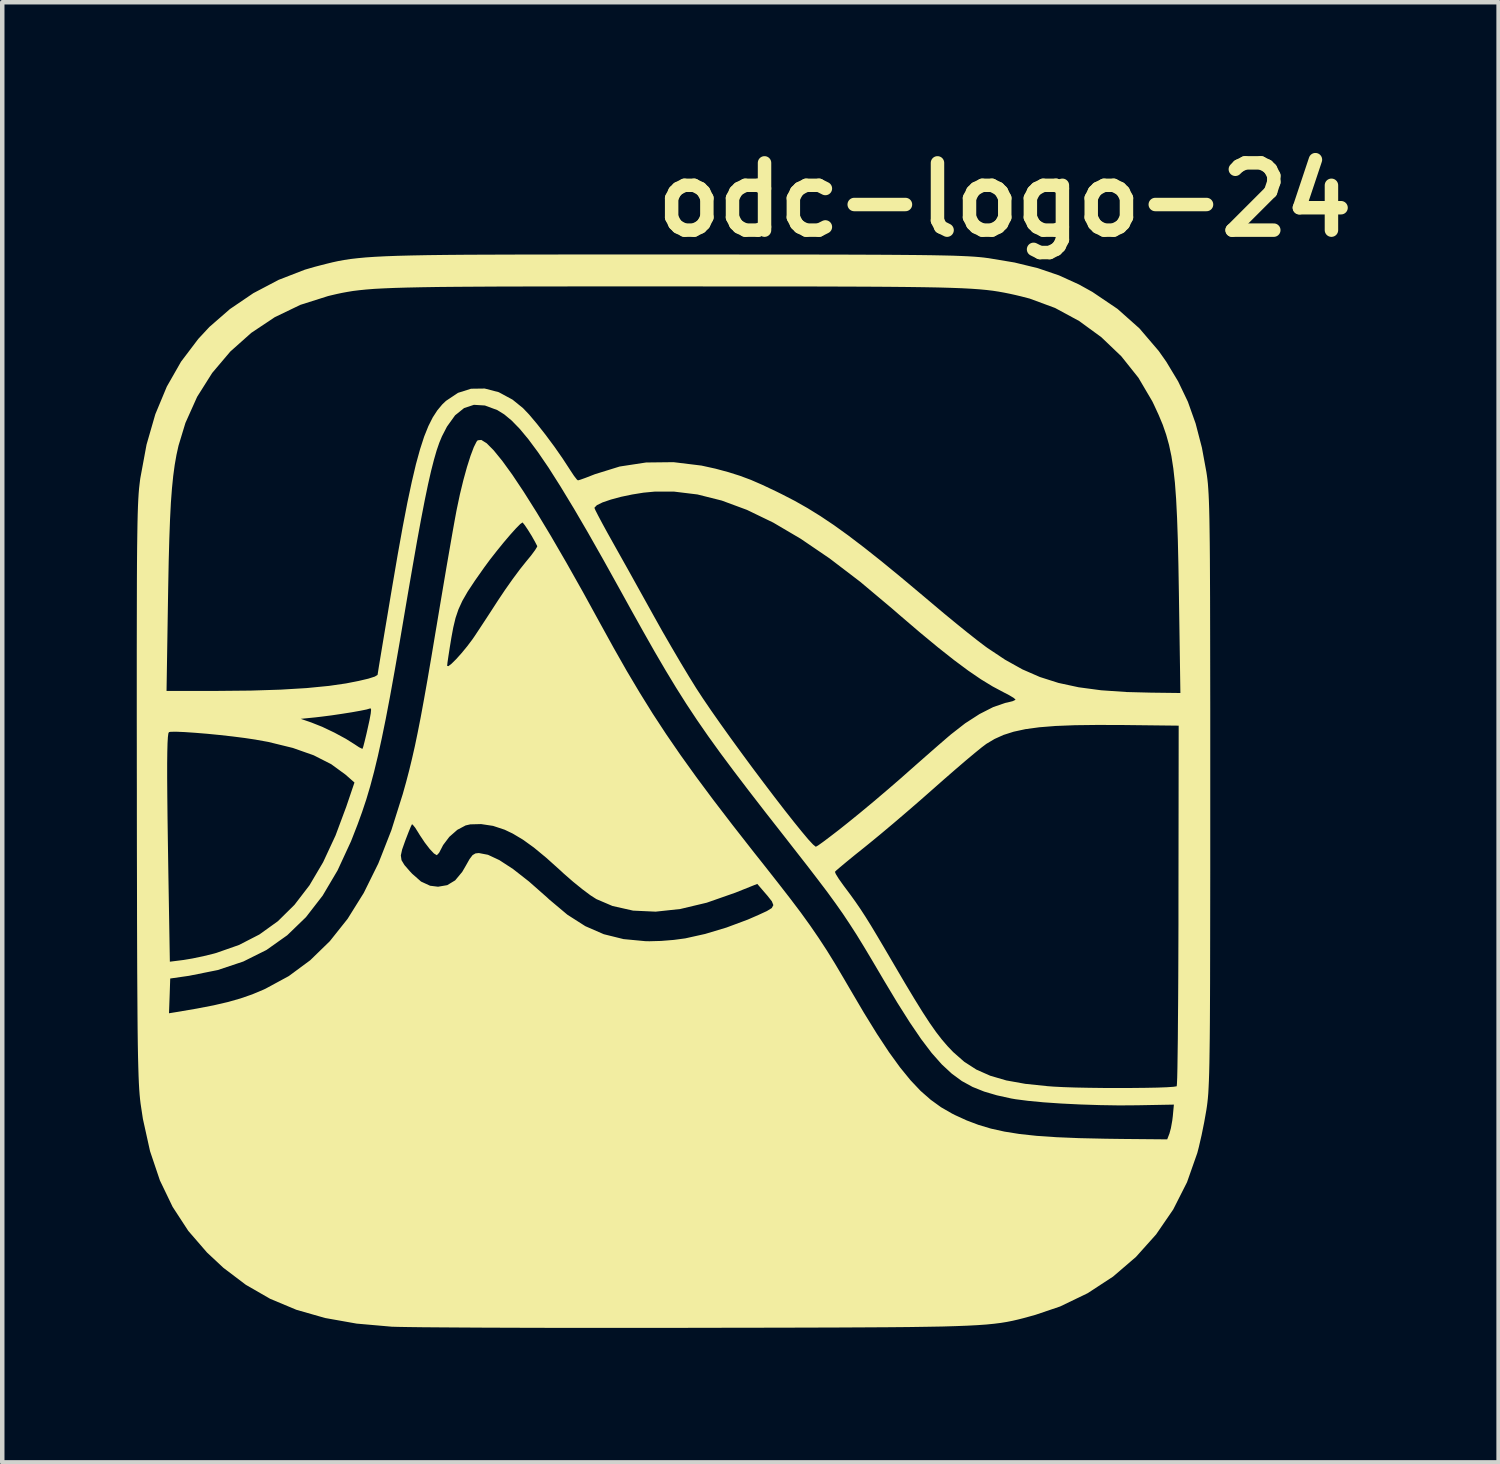
<source format=kicad_pcb>
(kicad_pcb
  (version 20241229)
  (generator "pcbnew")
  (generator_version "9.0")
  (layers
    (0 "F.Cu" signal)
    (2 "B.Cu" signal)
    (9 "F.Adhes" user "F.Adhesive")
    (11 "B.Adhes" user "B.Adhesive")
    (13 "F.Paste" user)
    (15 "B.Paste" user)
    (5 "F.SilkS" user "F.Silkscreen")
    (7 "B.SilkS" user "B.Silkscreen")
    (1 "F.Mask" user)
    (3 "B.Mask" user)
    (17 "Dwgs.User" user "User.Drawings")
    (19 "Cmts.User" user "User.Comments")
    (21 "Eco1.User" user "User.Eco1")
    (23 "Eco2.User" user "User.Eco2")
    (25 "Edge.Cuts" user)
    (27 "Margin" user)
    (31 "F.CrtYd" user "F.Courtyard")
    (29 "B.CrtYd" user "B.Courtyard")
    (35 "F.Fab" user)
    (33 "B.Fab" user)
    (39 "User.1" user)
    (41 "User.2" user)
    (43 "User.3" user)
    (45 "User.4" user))
  (footprint "odc-logo-24"
    (layer "F.Cu")
    (at 11.991 14.612)
    (property "Reference" "odc-logo-24" (at 7.366 -13.208 0) (layer "F.SilkS") (effects (font (size 1.5 1.5) (thickness 0.3))))
    (attr board_only exclude_from_pos_files exclude_from_bom)
    (fp_poly (pts (xy -0.359 -11.987) (xy -0.023 -11.987) (xy 0.893 -11.987) (xy 1.72 -11.986) (xy 2.464 -11.986) (xy 3.129 -11.985) (xy 3.72 -11.984) (xy 4.243 -11.982) (xy 4.701 -11.98) (xy 5.101 -11.977) (xy 5.448 -11.974) (xy 5.746 -11.97) (xy 6 -11.965) (xy 6.216 -11.96) (xy 6.398 -11.953) (xy 6.552 -11.946) (xy 6.683 -11.938) (xy 6.795 -11.929) (xy 6.894 -11.919) (xy 6.985 -11.907) (xy 6.996 -11.906) (xy 7.584 -11.808) (xy 8.103 -11.682) (xy 8.575 -11.521) (xy 9.021 -11.318) (xy 9.32 -11.152) (xy 9.881 -10.773) (xy 10.37 -10.338) (xy 10.799 -9.836) (xy 10.968 -9.596) (xy 11.233 -9.156) (xy 11.45 -8.703) (xy 11.623 -8.217) (xy 11.763 -7.678) (xy 11.863 -7.136) (xy 11.875 -7.056) (xy 11.886 -6.972) (xy 11.896 -6.878) (xy 11.904 -6.77) (xy 11.912 -6.642) (xy 11.919 -6.49) (xy 11.925 -6.309) (xy 11.93 -6.094) (xy 11.934 -5.839) (xy 11.938 -5.54) (xy 11.941 -5.192) (xy 11.943 -4.79) (xy 11.945 -4.329) (xy 11.946 -3.804) (xy 11.947 -3.211) (xy 11.948 -2.543) (xy 11.949 -1.796) (xy 11.949 -0.965) (xy 11.949 -0.046) (xy 11.949 -0.023) (xy 11.949 0.898) (xy 11.949 1.731) (xy 11.948 2.479) (xy 11.947 3.149) (xy 11.946 3.745) (xy 11.945 4.271) (xy 11.943 4.734) (xy 11.941 5.137) (xy 11.938 5.486) (xy 11.934 5.786) (xy 11.93 6.041) (xy 11.925 6.257) (xy 11.919 6.439) (xy 11.912 6.592) (xy 11.905 6.72) (xy 11.896 6.829) (xy 11.886 6.923) (xy 11.875 7.008) (xy 11.863 7.088) (xy 11.863 7.089) (xy 11.815 7.361) (xy 11.756 7.653) (xy 11.694 7.921) (xy 11.66 8.052) (xy 11.431 8.703) (xy 11.123 9.311) (xy 10.741 9.868) (xy 10.292 10.369) (xy 9.781 10.808) (xy 9.215 11.178) (xy 8.601 11.474) (xy 8.052 11.66) (xy 7.912 11.699) (xy 7.784 11.734) (xy 7.662 11.765) (xy 7.541 11.793) (xy 7.415 11.818) (xy 7.28 11.84) (xy 7.129 11.859) (xy 6.958 11.876) (xy 6.762 11.89) (xy 6.535 11.902) (xy 6.272 11.912) (xy 5.968 11.921) (xy 5.617 11.927) (xy 5.214 11.933) (xy 4.754 11.937) (xy 4.232 11.94) (xy 3.642 11.943) (xy 2.979 11.945) (xy 2.238 11.947) (xy 1.413 11.948) (xy 0.516 11.95) (xy -0.249 11.951) (xy -0.998 11.951) (xy -1.723 11.951) (xy -2.419 11.951) (xy -3.079 11.95) (xy -3.697 11.948) (xy -4.267 11.946) (xy -4.781 11.943) (xy -5.234 11.94) (xy -5.619 11.937) (xy -5.931 11.933) (xy -6.161 11.929) (xy -6.305 11.925) (xy -6.315 11.924) (xy -7.088 11.856) (xy -7.791 11.731) (xy -8.431 11.548) (xy -9.018 11.302) (xy -9.558 10.991) (xy -10.06 10.611) (xy -10.424 10.271) (xy -10.842 9.788) (xy -11.191 9.253) (xy -11.475 8.663) (xy -11.695 8.01) (xy -11.854 7.292) (xy -11.906 6.949) (xy -11.917 6.856) (xy -11.927 6.752) (xy -11.936 6.632) (xy -11.944 6.491) (xy -11.951 6.324) (xy -11.957 6.125) (xy -11.963 5.89) (xy -11.968 5.614) (xy -11.972 5.291) (xy -11.975 4.935) (xy -11.272 4.935) (xy -11.117 4.91) (xy -10.659 4.832) (xy -10.276 4.758) (xy -9.953 4.683) (xy -9.673 4.603) (xy -9.417 4.514) (xy -9.169 4.41) (xy -9.123 4.389) (xy -8.601 4.106) (xy -8.123 3.753) (xy -7.686 3.328) (xy -7.289 2.829) (xy -6.929 2.252) (xy -6.604 1.594) (xy -6.533 1.415) (xy -6.102 1.415) (xy -6.087 1.521) (xy -6.022 1.629) (xy -5.901 1.768) (xy -5.85 1.823) (xy -5.651 1.998) (xy -5.45 2.091) (xy -5.272 2.113) (xy -5.067 2.078) (xy -4.89 1.971) (xy -4.733 1.782) (xy -4.656 1.65) (xy -4.569 1.496) (xy -4.502 1.408) (xy -4.437 1.37) (xy -4.362 1.362) (xy -4.158 1.401) (xy -3.904 1.52) (xy -3.6 1.718) (xy -3.246 1.995) (xy -2.842 2.351) (xy -2.794 2.396) (xy -2.388 2.737) (xy -1.987 2.993) (xy -1.576 3.172) (xy -1.136 3.281) (xy -0.651 3.327) (xy -0.558 3.329) (xy -0.301 3.322) (xy -0.015 3.299) (xy 0.24 3.265) (xy 0.245 3.264) (xy 0.685 3.166) (xy 1.161 3.023) (xy 1.636 2.846) (xy 1.872 2.743) (xy 2.061 2.656) (xy 2.17 2.589) (xy 2.206 2.523) (xy 2.172 2.438) (xy 2.075 2.315) (xy 2.005 2.234) (xy 1.847 2.05) (xy 1.358 2.246) (xy 0.721 2.469) (xy 0.129 2.61) (xy -0.419 2.669) (xy -0.922 2.646) (xy -1.383 2.542) (xy -1.741 2.389) (xy -1.875 2.303) (xy -2.055 2.168) (xy -2.261 2.001) (xy -2.472 1.817) (xy -2.536 1.757) (xy -2.858 1.468) (xy -3.134 1.24) (xy -3.378 1.064) (xy -3.606 0.928) (xy -3.788 0.841) (xy -4.046 0.756) (xy -4.312 0.716) (xy -4.552 0.722) (xy -4.657 0.746) (xy -4.842 0.844) (xy -5.021 1.001) (xy -5.159 1.184) (xy -5.196 1.256) (xy -5.249 1.357) (xy -5.296 1.407) (xy -5.302 1.409) (xy -5.364 1.371) (xy -5.458 1.271) (xy -5.568 1.128) (xy -5.68 0.96) (xy -5.711 0.909) (xy -5.783 0.795) (xy -5.837 0.729) (xy -5.854 0.721) (xy -5.879 0.771) (xy -5.927 0.888) (xy -5.989 1.048) (xy -6.007 1.096) (xy -6.073 1.283) (xy -6.102 1.415) (xy -6.533 1.415) (xy -6.313 0.853) (xy -6.059 0.047) (xy -5.984 -0.221) (xy -5.916 -0.481) (xy -5.852 -0.745) (xy -5.789 -1.022) (xy -5.726 -1.325) (xy -5.659 -1.665) (xy -5.588 -2.051) (xy -5.509 -2.495) (xy -5.455 -2.812) (xy -5.069 -2.812) (xy -5.069 -2.812) (xy -5.041 -2.806) (xy -4.97 -2.861) (xy -4.867 -2.963) (xy -4.747 -3.097) (xy -4.621 -3.25) (xy -4.503 -3.407) (xy -4.455 -3.477) (xy -4.363 -3.616) (xy -4.236 -3.809) (xy -4.091 -4.031) (xy -3.944 -4.258) (xy -3.935 -4.272) (xy -3.777 -4.508) (xy -3.607 -4.749) (xy -3.445 -4.967) (xy -3.315 -5.13) (xy -3.196 -5.275) (xy -3.108 -5.394) (xy -3.063 -5.468) (xy -3.06 -5.483) (xy -3.112 -5.584) (xy -3.185 -5.713) (xy -3.266 -5.843) (xy -3.337 -5.949) (xy -3.383 -6.006) (xy -3.389 -6.01) (xy -3.439 -5.975) (xy -3.534 -5.879) (xy -3.661 -5.738) (xy -3.809 -5.564) (xy -3.964 -5.373) (xy -4.116 -5.179) (xy -4.242 -5.008) (xy -4.451 -4.711) (xy -4.611 -4.469) (xy -4.73 -4.262) (xy -4.817 -4.072) (xy -4.882 -3.88) (xy -4.933 -3.667) (xy -4.974 -3.446) (xy -5.011 -3.221) (xy -5.041 -3.027) (xy -5.062 -2.884) (xy -5.069 -2.812) (xy -5.455 -2.812) (xy -5.421 -3.009) (xy -5.322 -3.602) (xy -5.304 -3.707) (xy -5.229 -4.156) (xy -5.154 -4.6) (xy -5.082 -5.025) (xy -5.014 -5.417) (xy -4.954 -5.762) (xy -4.903 -6.047) (xy -4.864 -6.258) (xy -4.853 -6.313) (xy -4.784 -6.64) (xy -4.707 -6.956) (xy -4.627 -7.246) (xy -4.548 -7.495) (xy -4.475 -7.689) (xy -4.413 -7.813) (xy -4.387 -7.843) (xy -4.307 -7.851) (xy -4.188 -7.777) (xy -4.033 -7.621) (xy -3.842 -7.387) (xy -3.617 -7.077) (xy -3.361 -6.693) (xy -3.073 -6.236) (xy -2.756 -5.71) (xy -2.411 -5.116) (xy -2.039 -4.456) (xy -1.662 -3.769) (xy -1.356 -3.214) (xy -1.064 -2.7) (xy -0.776 -2.216) (xy -0.486 -1.749) (xy -0.184 -1.288) (xy 0.137 -0.821) (xy 0.485 -0.336) (xy 0.868 0.179) (xy 1.295 0.736) (xy 1.773 1.347) (xy 1.971 1.596) (xy 2.299 2.013) (xy 2.578 2.372) (xy 2.817 2.688) (xy 3.026 2.978) (xy 3.216 3.255) (xy 3.398 3.533) (xy 3.581 3.829) (xy 3.775 4.157) (xy 3.897 4.366) (xy 4.223 4.92) (xy 4.516 5.395) (xy 4.783 5.8) (xy 5.03 6.141) (xy 5.264 6.428) (xy 5.49 6.667) (xy 5.716 6.865) (xy 5.946 7.031) (xy 6.189 7.171) (xy 6.26 7.207) (xy 6.518 7.325) (xy 6.78 7.424) (xy 7.057 7.507) (xy 7.359 7.574) (xy 7.697 7.628) (xy 8.08 7.669) (xy 8.521 7.699) (xy 9.028 7.72) (xy 9.613 7.733) (xy 9.99 7.738) (xy 10.989 7.747) (xy 11.039 7.618) (xy 11.072 7.496) (xy 11.102 7.328) (xy 11.114 7.23) (xy 11.138 6.972) (xy 10.323 6.987) (xy 9.918 6.99) (xy 9.488 6.983) (xy 9.051 6.969) (xy 8.626 6.948) (xy 8.231 6.921) (xy 7.885 6.888) (xy 7.606 6.852) (xy 7.509 6.835) (xy 7.191 6.765) (xy 6.906 6.681) (xy 6.649 6.578) (xy 6.41 6.447) (xy 6.184 6.281) (xy 5.962 6.075) (xy 5.736 5.82) (xy 5.501 5.51) (xy 5.248 5.138) (xy 4.969 4.697) (xy 4.658 4.179) (xy 4.603 4.085) (xy 4.4 3.741) (xy 4.223 3.445) (xy 4.062 3.183) (xy 3.908 2.944) (xy 3.754 2.713) (xy 3.59 2.48) (xy 3.408 2.23) (xy 3.198 1.953) (xy 3.066 1.781) (xy 3.579 1.781) (xy 3.599 1.831) (xy 3.664 1.936) (xy 3.762 2.074) (xy 3.793 2.116) (xy 3.923 2.29) (xy 4.038 2.45) (xy 4.147 2.609) (xy 4.259 2.781) (xy 4.383 2.98) (xy 4.527 3.22) (xy 4.702 3.516) (xy 4.886 3.83) (xy 5.138 4.259) (xy 5.352 4.615) (xy 5.534 4.909) (xy 5.692 5.151) (xy 5.833 5.352) (xy 5.963 5.52) (xy 6.089 5.667) (xy 6.218 5.802) (xy 6.463 6.017) (xy 6.733 6.191) (xy 7.042 6.328) (xy 7.401 6.433) (xy 7.825 6.509) (xy 8.324 6.561) (xy 8.457 6.571) (xy 8.674 6.582) (xy 8.94 6.591) (xy 9.24 6.597) (xy 9.56 6.601) (xy 9.887 6.602) (xy 10.207 6.601) (xy 10.504 6.598) (xy 10.766 6.593) (xy 10.979 6.585) (xy 11.127 6.575) (xy 11.198 6.564) (xy 11.201 6.562) (xy 11.206 6.511) (xy 11.212 6.372) (xy 11.217 6.154) (xy 11.221 5.863) (xy 11.226 5.505) (xy 11.229 5.087) (xy 11.233 4.617) (xy 11.236 4.102) (xy 11.238 3.547) (xy 11.24 2.961) (xy 11.24 2.524) (xy 11.245 -1.479) (xy 10.024 -1.493) (xy 9.435 -1.495) (xy 8.93 -1.489) (xy 8.5 -1.472) (xy 8.136 -1.443) (xy 7.827 -1.401) (xy 7.564 -1.344) (xy 7.338 -1.272) (xy 7.139 -1.182) (xy 6.959 -1.075) (xy 6.952 -1.07) (xy 6.855 -0.997) (xy 6.7 -0.871) (xy 6.499 -0.703) (xy 6.266 -0.503) (xy 6.013 -0.283) (xy 5.8 -0.095) (xy 5.507 0.163) (xy 5.194 0.434) (xy 4.883 0.7) (xy 4.591 0.945) (xy 4.339 1.152) (xy 4.234 1.237) (xy 4.024 1.405) (xy 3.842 1.554) (xy 3.699 1.673) (xy 3.607 1.752) (xy 3.579 1.781) (xy 3.066 1.781) (xy 2.953 1.634) (xy 2.663 1.263) (xy 2.465 1.009) (xy 2.034 0.459) (xy 1.655 -0.031) (xy 1.32 -0.471) (xy 1.021 -0.872) (xy 0.751 -1.247) (xy 0.502 -1.607) (xy 0.266 -1.963) (xy 0.036 -2.327) (xy -0.196 -2.71) (xy -0.439 -3.125) (xy -0.698 -3.582) (xy -0.983 -4.092) (xy -1.186 -4.46) (xy -1.579 -5.167) (xy -1.934 -5.793) (xy -2.25 -6.334) (xy -1.784 -6.334) (xy -1.762 -6.282) (xy -1.701 -6.162) (xy -1.608 -5.987) (xy -1.491 -5.773) (xy -1.368 -5.553) (xy -1.209 -5.269) (xy -1.02 -4.932) (xy -0.819 -4.57) (xy -0.62 -4.212) (xy -0.449 -3.904) (xy -0.268 -3.581) (xy -0.067 -3.233) (xy 0.136 -2.887) (xy 0.327 -2.57) (xy 0.484 -2.316) (xy 0.634 -2.087) (xy 0.817 -1.818) (xy 1.026 -1.52) (xy 1.254 -1.201) (xy 1.495 -0.87) (xy 1.742 -0.535) (xy 1.989 -0.206) (xy 2.229 0.11) (xy 2.455 0.403) (xy 2.661 0.664) (xy 2.84 0.885) (xy 2.985 1.058) (xy 3.091 1.172) (xy 3.15 1.22) (xy 3.154 1.221) (xy 3.203 1.193) (xy 3.313 1.115) (xy 3.471 0.996) (xy 3.665 0.847) (xy 3.865 0.688) (xy 4.141 0.464) (xy 4.449 0.208) (xy 4.757 -0.054) (xy 5.036 -0.295) (xy 5.132 -0.38) (xy 5.373 -0.593) (xy 5.63 -0.819) (xy 5.878 -1.036) (xy 6.091 -1.22) (xy 6.165 -1.283) (xy 6.483 -1.531) (xy 6.804 -1.738) (xy 7.108 -1.893) (xy 7.378 -1.986) (xy 7.43 -1.997) (xy 7.543 -2.025) (xy 7.603 -2.055) (xy 7.606 -2.061) (xy 7.567 -2.097) (xy 7.466 -2.158) (xy 7.337 -2.225) (xy 7.095 -2.354) (xy 6.836 -2.512) (xy 6.552 -2.706) (xy 6.236 -2.941) (xy 5.879 -3.223) (xy 5.474 -3.558) (xy 5.013 -3.952) (xy 4.859 -4.086) (xy 4.142 -4.688) (xy 3.462 -5.207) (xy 2.817 -5.646) (xy 2.204 -6.007) (xy 1.617 -6.291) (xy 1.055 -6.499) (xy 0.513 -6.635) (xy -0.013 -6.699) (xy -0.446 -6.698) (xy -0.69 -6.675) (xy -0.944 -6.634) (xy -1.193 -6.582) (xy -1.418 -6.521) (xy -1.603 -6.458) (xy -1.73 -6.396) (xy -1.784 -6.34) (xy -1.784 -6.334) (xy -2.25 -6.334) (xy -2.256 -6.343) (xy -2.546 -6.821) (xy -2.807 -7.232) (xy -3.044 -7.579) (xy -3.258 -7.867) (xy -3.452 -8.1) (xy -3.63 -8.283) (xy -3.795 -8.42) (xy -3.948 -8.515) (xy -3.954 -8.518) (xy -4.227 -8.619) (xy -4.472 -8.634) (xy -4.692 -8.561) (xy -4.892 -8.4) (xy -5.073 -8.148) (xy -5.185 -7.931) (xy -5.244 -7.789) (xy -5.303 -7.618) (xy -5.363 -7.41) (xy -5.427 -7.16) (xy -5.495 -6.861) (xy -5.569 -6.505) (xy -5.65 -6.086) (xy -5.74 -5.597) (xy -5.839 -5.032) (xy -5.951 -4.384) (xy -6.006 -4.06) (xy -6.129 -3.335) (xy -6.241 -2.695) (xy -6.343 -2.13) (xy -6.438 -1.632) (xy -6.528 -1.192) (xy -6.614 -0.801) (xy -6.699 -0.45) (xy -6.784 -0.131) (xy -6.872 0.165) (xy -6.966 0.447) (xy -7.066 0.723) (xy -7.175 1.003) (xy -7.214 1.102) (xy -7.513 1.749) (xy -7.846 2.312) (xy -8.218 2.792) (xy -8.635 3.195) (xy -9.099 3.524) (xy -9.615 3.781) (xy -10.189 3.972) (xy -10.823 4.099) (xy -10.828 4.1) (xy -11.245 4.16) (xy -11.258 4.547) (xy -11.272 4.935) (xy -11.975 4.935) (xy -11.975 4.918) (xy -11.978 4.487) (xy -11.981 3.996) (xy -11.983 3.438) (xy -11.985 2.809) (xy -11.986 2.103) (xy -11.988 1.317) (xy -11.989 0.443) (xy -11.989 -0.023) (xy -11.99 -0.636) (xy -11.313 -0.636) (xy -11.313 -0.31) (xy -11.31 0.089) (xy -11.305 0.566) (xy -11.297 1.126) (xy -11.287 1.774) (xy -11.284 1.955) (xy -11.253 3.785) (xy -10.944 3.746) (xy -10.749 3.713) (xy -10.509 3.663) (xy -10.269 3.604) (xy -10.216 3.589) (xy -9.711 3.412) (xy -9.256 3.178) (xy -8.844 2.882) (xy -8.474 2.517) (xy -8.139 2.081) (xy -7.835 1.566) (xy -7.558 0.97) (xy -7.319 0.329) (xy -7.136 -0.211) (xy -7.336 -0.387) (xy -7.655 -0.62) (xy -8.045 -0.818) (xy -8.51 -0.982) (xy -9.057 -1.116) (xy -9.351 -1.169) (xy -9.584 -1.204) (xy -9.852 -1.238) (xy -10.136 -1.27) (xy -10.421 -1.298) (xy -10.69 -1.32) (xy -10.926 -1.336) (xy -11.114 -1.344) (xy -11.236 -1.342) (xy -11.274 -1.334) (xy -11.287 -1.303) (xy -11.297 -1.222) (xy -11.305 -1.087) (xy -11.31 -0.893) (xy -11.313 -0.636) (xy -11.99 -0.636) (xy -11.99 -0.933) (xy -11.991 -1.631) (xy -8.334 -1.631) (xy -8.099 -1.55) (xy -7.855 -1.453) (xy -7.584 -1.324) (xy -7.327 -1.185) (xy -7.136 -1.065) (xy -7.033 -0.997) (xy -6.966 -0.964) (xy -6.956 -0.964) (xy -6.939 -1.013) (xy -6.908 -1.133) (xy -6.868 -1.299) (xy -6.852 -1.37) (xy -6.801 -1.6) (xy -6.773 -1.751) (xy -6.765 -1.836) (xy -6.777 -1.866) (xy -6.798 -1.86) (xy -6.865 -1.84) (xy -7.003 -1.812) (xy -7.193 -1.778) (xy -7.414 -1.743) (xy -7.643 -1.709) (xy -7.861 -1.681) (xy -8.005 -1.664) (xy -8.334 -1.631) (xy -11.991 -1.631) (xy -11.991 -1.754) (xy -11.991 -2.254) (xy -11.327 -2.254) (xy -10.182 -2.254) (xy -9.448 -2.261) (xy -8.786 -2.282) (xy -8.203 -2.317) (xy -7.703 -2.366) (xy -7.324 -2.421) (xy -7.044 -2.476) (xy -6.827 -2.527) (xy -6.683 -2.573) (xy -6.622 -2.61) (xy -6.62 -2.616) (xy -6.612 -2.667) (xy -6.591 -2.8) (xy -6.557 -3.007) (xy -6.512 -3.277) (xy -6.458 -3.601) (xy -6.396 -3.969) (xy -6.329 -4.371) (xy -6.29 -4.602) (xy -6.17 -5.304) (xy -6.059 -5.919) (xy -5.956 -6.454) (xy -5.858 -6.915) (xy -5.765 -7.31) (xy -5.673 -7.644) (xy -5.582 -7.925) (xy -5.488 -8.159) (xy -5.391 -8.352) (xy -5.288 -8.511) (xy -5.178 -8.643) (xy -5.095 -8.722) (xy -4.827 -8.901) (xy -4.536 -8.993) (xy -4.231 -8.997) (xy -3.919 -8.916) (xy -3.61 -8.749) (xy -3.377 -8.56) (xy -3.24 -8.416) (xy -3.068 -8.212) (xy -2.876 -7.968) (xy -2.679 -7.703) (xy -2.493 -7.436) (xy -2.331 -7.188) (xy -2.321 -7.172) (xy -2.24 -7.05) (xy -2.177 -6.969) (xy -2.152 -6.949) (xy -2.096 -6.965) (xy -1.976 -7.008) (xy -1.817 -7.07) (xy -1.776 -7.086) (xy -1.222 -7.258) (xy -0.632 -7.348) (xy -0.02 -7.355) (xy 0.603 -7.279) (xy 0.916 -7.21) (xy 1.205 -7.132) (xy 1.458 -7.052) (xy 1.703 -6.961) (xy 1.965 -6.847) (xy 2.273 -6.701) (xy 2.4 -6.638) (xy 2.687 -6.49) (xy 2.969 -6.33) (xy 3.255 -6.153) (xy 3.555 -5.952) (xy 3.876 -5.721) (xy 4.228 -5.453) (xy 4.619 -5.143) (xy 5.058 -4.783) (xy 5.554 -4.367) (xy 5.746 -4.205) (xy 6.012 -3.981) (xy 6.282 -3.759) (xy 6.538 -3.552) (xy 6.764 -3.374) (xy 6.942 -3.239) (xy 6.981 -3.211) (xy 7.373 -2.95) (xy 7.758 -2.735) (xy 8.15 -2.564) (xy 8.564 -2.432) (xy 9.014 -2.335) (xy 9.515 -2.268) (xy 10.08 -2.229) (xy 10.63 -2.215) (xy 11.283 -2.207) (xy 11.25 -4.419) (xy 11.239 -5.065) (xy 11.226 -5.626) (xy 11.209 -6.112) (xy 11.188 -6.532) (xy 11.161 -6.896) (xy 11.126 -7.212) (xy 11.083 -7.49) (xy 11.03 -7.739) (xy 10.966 -7.969) (xy 10.89 -8.189) (xy 10.799 -8.407) (xy 10.694 -8.635) (xy 10.655 -8.715) (xy 10.347 -9.238) (xy 9.965 -9.717) (xy 9.52 -10.142) (xy 9.024 -10.504) (xy 8.488 -10.794) (xy 7.923 -11.003) (xy 7.726 -11.054) (xy 7.595 -11.085) (xy 7.473 -11.112) (xy 7.353 -11.136) (xy 7.231 -11.158) (xy 7.102 -11.178) (xy 6.96 -11.195) (xy 6.801 -11.21) (xy 6.619 -11.223) (xy 6.408 -11.234) (xy 6.165 -11.243) (xy 5.884 -11.251) (xy 5.559 -11.257) (xy 5.185 -11.262) (xy 4.758 -11.266) (xy 4.271 -11.269) (xy 3.721 -11.271) (xy 3.102 -11.273) (xy 2.408 -11.274) (xy 1.635 -11.274) (xy 0.777 -11.274) (xy 0.023 -11.275) (xy -0.914 -11.275) (xy -1.763 -11.275) (xy -2.528 -11.274) (xy -3.214 -11.273) (xy -3.827 -11.272) (xy -4.371 -11.269) (xy -4.852 -11.266) (xy -5.274 -11.262) (xy -5.644 -11.256) (xy -5.965 -11.249) (xy -6.244 -11.241) (xy -6.484 -11.231) (xy -6.692 -11.22) (xy -6.871 -11.206) (xy -7.029 -11.19) (xy -7.168 -11.173) (xy -7.295 -11.152) (xy -7.415 -11.13) (xy -7.532 -11.105) (xy -7.652 -11.077) (xy -7.723 -11.06) (xy -8.341 -10.864) (xy -8.914 -10.588) (xy -9.437 -10.239) (xy -9.904 -9.823) (xy -10.309 -9.345) (xy -10.645 -8.812) (xy -10.906 -8.23) (xy -11.06 -7.723) (xy -11.106 -7.515) (xy -11.145 -7.293) (xy -11.178 -7.048) (xy -11.206 -6.771) (xy -11.23 -6.451) (xy -11.249 -6.08) (xy -11.265 -5.647) (xy -11.279 -5.143) (xy -11.29 -4.558) (xy -11.294 -4.331) (xy -11.327 -2.254) (xy -11.991 -2.254) (xy -11.991 -2.491) (xy -11.991 -3.15) (xy -11.99 -3.734) (xy -11.989 -4.251) (xy -11.988 -4.704) (xy -11.986 -5.098) (xy -11.983 -5.44) (xy -11.979 -5.733) (xy -11.975 -5.983) (xy -11.97 -6.195) (xy -11.964 -6.374) (xy -11.957 -6.525) (xy -11.949 -6.654) (xy -11.94 -6.764) (xy -11.929 -6.862) (xy -11.918 -6.953) (xy -11.912 -6.996) (xy -11.773 -7.746) (xy -11.577 -8.425) (xy -11.321 -9.04) (xy -11.003 -9.597) (xy -10.62 -10.103) (xy -10.371 -10.371) (xy -9.914 -10.769) (xy -9.391 -11.124) (xy -8.827 -11.421) (xy -8.244 -11.647) (xy -8.028 -11.71) (xy -7.886 -11.747) (xy -7.753 -11.781) (xy -7.626 -11.812) (xy -7.498 -11.84) (xy -7.366 -11.864) (xy -7.223 -11.886) (xy -7.064 -11.904) (xy -6.885 -11.921) (xy -6.68 -11.935) (xy -6.444 -11.947) (xy -6.173 -11.957) (xy -5.86 -11.965) (xy -5.502 -11.972) (xy -5.092 -11.977) (xy -4.626 -11.981) (xy -4.098 -11.983) (xy -3.504 -11.985) (xy -2.838 -11.986) (xy -2.095 -11.987) (xy -1.27 -11.987)) (stroke (width 0) (type solid)) (fill yes) (layer "F.SilkS")))
  (gr_rect
    (start -3 -3)
    (end 30.371 29.563)
    (stroke (width 0.1) (type default))
    (fill no)
    (layer "Edge.Cuts")))
</source>
